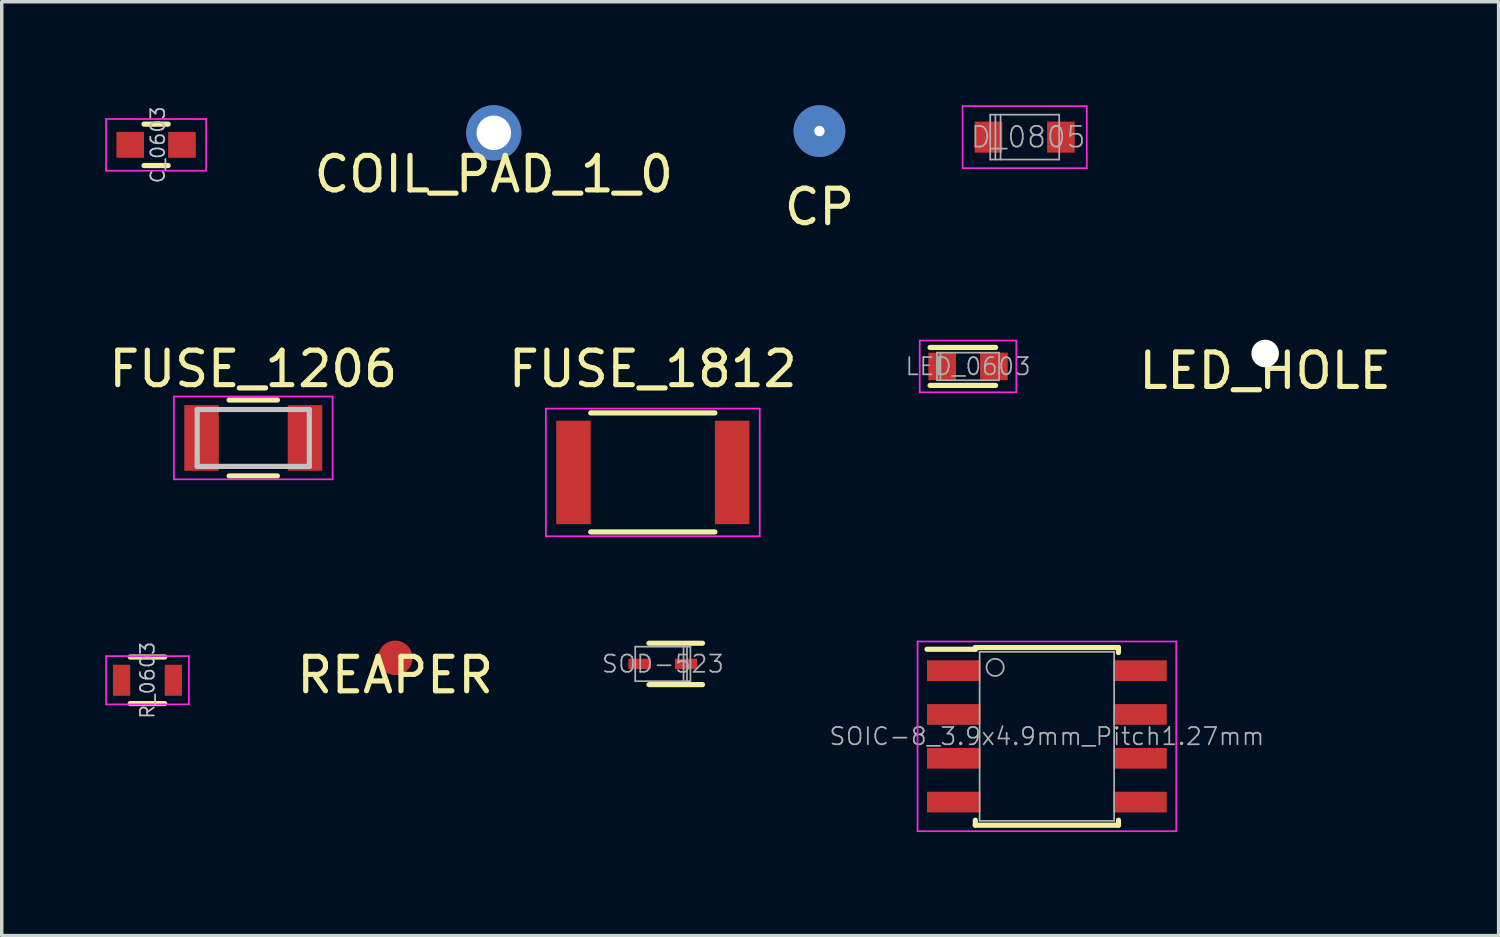
<source format=kicad_pcb>
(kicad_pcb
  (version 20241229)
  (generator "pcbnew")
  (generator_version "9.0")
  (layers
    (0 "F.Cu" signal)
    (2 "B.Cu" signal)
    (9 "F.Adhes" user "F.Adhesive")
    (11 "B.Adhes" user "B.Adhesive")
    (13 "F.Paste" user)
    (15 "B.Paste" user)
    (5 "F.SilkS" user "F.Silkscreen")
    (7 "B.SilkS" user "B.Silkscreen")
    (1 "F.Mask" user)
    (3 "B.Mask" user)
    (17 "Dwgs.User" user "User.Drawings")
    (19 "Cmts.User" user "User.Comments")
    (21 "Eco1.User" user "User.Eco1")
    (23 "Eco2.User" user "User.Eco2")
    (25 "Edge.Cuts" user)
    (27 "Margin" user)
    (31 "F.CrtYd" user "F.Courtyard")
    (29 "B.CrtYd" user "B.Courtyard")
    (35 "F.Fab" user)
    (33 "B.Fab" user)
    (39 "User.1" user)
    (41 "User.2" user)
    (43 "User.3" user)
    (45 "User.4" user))
  (footprint "REAPER"
    (layer "F.Cu")
    (at 8.408 16.021)
    (property "Reference" "REAPER" (at 0 0.5 0) (layer "F.SilkS") (effects (font (size 1 1) (thickness 0.15))))
    (attr through_hole)
    (pad "1" smd circle (at 0 0) (size 1 1) (layers "F.Cu" "F.Mask")))
  (footprint "LED_0603"
    (layer "F.Cu")
    (at 25.013 7.573)
    (property "Reference" "LED_0603" (at 0 0 0) (layer "F.Fab") (effects (font (size 0.5 0.5) (thickness 0.05))))
    (attr smd)
    (fp_line (start -1.1 -0.55) (end 0.8 -0.55) (stroke (width 0.15) (type solid)) (layer "F.SilkS"))
    (fp_line (start -1.1 0.55) (end 0.8 0.55) (stroke (width 0.15) (type solid)) (layer "F.SilkS"))
    (fp_line (start -1.4 -0.75) (end 1.4 -0.75) (stroke (width 0.05) (type solid)) (layer "F.CrtYd"))
    (fp_line (start -1.4 0.75) (end -1.4 -0.75) (stroke (width 0.05) (type solid)) (layer "F.CrtYd"))
    (fp_line (start 1.4 -0.75) (end 1.4 0.75) (stroke (width 0.05) (type solid)) (layer "F.CrtYd"))
    (fp_line (start 1.4 0.75) (end -1.4 0.75) (stroke (width 0.05) (type solid)) (layer "F.CrtYd"))
    (fp_line (start -0.9 -0.4) (end -0.9 0.4) (stroke (width 0.05) (type solid)) (layer "F.Fab"))
    (fp_line (start -0.9 -0.4) (end 0.9 -0.4) (stroke (width 0.05) (type solid)) (layer "F.Fab"))
    (fp_line (start -0.8 0.4) (end -0.8 -0.4) (stroke (width 0.05) (type solid)) (layer "F.Fab"))
    (fp_line (start 0.9 -0.4) (end 0.9 0.4) (stroke (width 0.05) (type solid)) (layer "F.Fab"))
    (fp_line (start 0.9 0.4) (end -0.9 0.4) (stroke (width 0.05) (type solid)) (layer "F.Fab"))
    (pad "1" smd rect (at -0.75 0 180) (size 0.8 0.8) (layers "F.Cu" "F.Mask" "F.Paste"))
    (pad "2" smd rect (at 0.75 0 180) (size 0.8 0.8) (layers "F.Cu" "F.Mask" "F.Paste")))
  (footprint "CP"
    (layer "F.Cu")
    (at 20.706 0.75)
    (property "Reference" "CP" (at 0 2.2 0) (layer "F.SilkS") (effects (font (size 1 1) (thickness 0.15))))
    (attr through_hole)
    (pad "1" connect circle (at 0 0) (size 0.9 0.9) (layers "F.Mask" "B.Cu"))
    (pad "1" thru_hole circle (at 0 0) (size 1.5 1.5) (drill 0.3) (layers "F.Cu" "F.Mask")))
  (footprint "FUSE_1812"
    (layer "F.Cu")
    (at 15.875 10.646)
    (property "Reference" "FUSE_1812" (at 0 -3 0) (layer "F.SilkS") (effects (font (size 1 1) (thickness 0.15))))
    (attr smd)
    (fp_line (start -1.8 1.725) (end 1.8 1.725) (stroke (width 0.15) (type solid)) (layer "F.SilkS"))
    (fp_line (start 1.8 -1.725) (end -1.8 -1.725) (stroke (width 0.15) (type solid)) (layer "F.SilkS"))
    (fp_line (start -3.1 -1.85) (end -3.1 1.85) (stroke (width 0.05) (type solid)) (layer "F.CrtYd"))
    (fp_line (start -3.1 -1.85) (end 3.1 -1.85) (stroke (width 0.05) (type solid)) (layer "F.CrtYd"))
    (fp_line (start -3.1 1.85) (end 3.1 1.85) (stroke (width 0.05) (type solid)) (layer "F.CrtYd"))
    (fp_line (start 3.1 -1.85) (end 3.1 1.85) (stroke (width 0.05) (type solid)) (layer "F.CrtYd"))
    (pad "1" smd rect (at -2.3 0) (size 1 3) (layers "F.Cu" "F.Mask" "F.Paste"))
    (pad "2" smd rect (at 2.3 0) (size 1 3) (layers "F.Cu" "F.Mask" "F.Paste")))
  (footprint "FUSE_1206"
    (layer "F.Cu")
    (at 4.292 9.646)
    (property "Reference" "FUSE_1206" (at 0 -2 0) (layer "F.SilkS") (effects (font (size 1 1) (thickness 0.15))))
    (attr smd)
    (fp_line (start -0.7 1.1) (end 0.7 1.1) (stroke (width 0.15) (type solid)) (layer "F.SilkS"))
    (fp_line (start 0.7 -1.1) (end -0.7 -1.1) (stroke (width 0.15) (type solid)) (layer "F.SilkS"))
    (fp_line (start -1.625 -0.825) (end -1.625 0.825) (stroke (width 0.15) (type solid)) (layer "Dwgs.User"))
    (fp_line (start -1.625 -0.825) (end 1.625 -0.825) (stroke (width 0.15) (type solid)) (layer "Dwgs.User"))
    (fp_line (start -1.625 0.825) (end 1.625 0.825) (stroke (width 0.15) (type solid)) (layer "Dwgs.User"))
    (fp_line (start 1.625 -0.825) (end 1.625 0.825) (stroke (width 0.15) (type solid)) (layer "Dwgs.User"))
    (fp_line (start -2.3 -1.2) (end -2.3 1.2) (stroke (width 0.05) (type solid)) (layer "F.CrtYd"))
    (fp_line (start -2.3 -1.2) (end 2.3 -1.2) (stroke (width 0.05) (type solid)) (layer "F.CrtYd"))
    (fp_line (start -2.3 1.2) (end 2.3 1.2) (stroke (width 0.05) (type solid)) (layer "F.CrtYd"))
    (fp_line (start 2.3 -1.2) (end 2.3 1.2) (stroke (width 0.05) (type solid)) (layer "F.CrtYd"))
    (pad "1" smd rect (at -1.5 0) (size 1 1.9) (layers "F.Cu" "F.Mask" "F.Paste"))
    (pad "2" smd rect (at 1.5 0) (size 1 1.9) (layers "F.Cu" "F.Mask" "F.Paste")))
  (footprint "SOD-523"
    (layer "F.Cu")
    (at 16.165 16.197)
    (property "Reference" "SOD-523" (at 0 0 180) (layer "F.Fab") (effects (font (size 0.5 0.5) (thickness 0.05))))
    (attr smd)
    (fp_line (start -0.4 -0.6) (end 1.15 -0.6) (stroke (width 0.15) (type solid)) (layer "F.SilkS"))
    (fp_line (start -0.4 0.6) (end 1.15 0.6) (stroke (width 0.15) (type solid)) (layer "F.SilkS"))
    (fp_line (start -0.8 -0.5) (end 0.8 -0.5) (stroke (width 0.05) (type solid)) (layer "F.Fab"))
    (fp_line (start -0.8 0.5) (end -0.8 -0.5) (stroke (width 0.05) (type solid)) (layer "F.Fab"))
    (fp_line (start 0.6 -0.5) (end 0.6 0.5) (stroke (width 0.05) (type solid)) (layer "F.Fab"))
    (fp_line (start 0.7 -0.5) (end 0.7 0.5) (stroke (width 0.05) (type solid)) (layer "F.Fab"))
    (fp_line (start 0.8 -0.5) (end 0.8 0.5) (stroke (width 0.05) (type solid)) (layer "F.Fab"))
    (fp_line (start 0.8 0.5) (end -0.8 0.5) (stroke (width 0.05) (type solid)) (layer "F.Fab"))
    (pad "1" smd rect (at 0.675 0) (size 0.65 0.3) (layers "F.Cu" "F.Mask" "F.Paste"))
    (pad "2" smd rect (at -0.675 0) (size 0.65 0.3) (layers "F.Cu" "F.Mask" "F.Paste")))
  (footprint "C_0603"
    (layer "F.Cu")
    (at 1.475 1.149)
    (property "Reference" "C_0603" (at 0.05 0 90) (layer "Dwgs.User") (effects (font (size 0.4 0.4) (thickness 0.05))))
    (attr smd)
    (fp_line (start -0.35 -0.6) (end 0.35 -0.6) (stroke (width 0.15) (type solid)) (layer "F.SilkS"))
    (fp_line (start 0.35 0.6) (end -0.35 0.6) (stroke (width 0.15) (type solid)) (layer "F.SilkS"))
    (fp_line (start -1.45 -0.75) (end -1.45 0.75) (stroke (width 0.05) (type solid)) (layer "F.CrtYd"))
    (fp_line (start -1.45 -0.75) (end 1.45 -0.75) (stroke (width 0.05) (type solid)) (layer "F.CrtYd"))
    (fp_line (start -1.45 0.75) (end 1.45 0.75) (stroke (width 0.05) (type solid)) (layer "F.CrtYd"))
    (fp_line (start 1.45 -0.75) (end 1.45 0.75) (stroke (width 0.05) (type solid)) (layer "F.CrtYd"))
    (pad "1" smd rect (at -0.75 0) (size 0.8 0.75) (layers "F.Cu" "F.Mask" "F.Paste"))
    (pad "2" smd rect (at 0.75 0) (size 0.8 0.75) (layers "F.Cu" "F.Mask" "F.Paste")))
  (footprint "LED_HOLE"
    (layer "F.Cu")
    (at 33.627 7.198)
    (property "Reference" "LED_HOLE" (at 0 0.5 0) (layer "F.SilkS") (effects (font (size 1 1) (thickness 0.15))))
    (attr through_hole)
    (pad "" np_thru_hole circle (at 0 0) (size 0.8 0.8) (drill 0.8) (layers "*.Cu" "*.Mask")))
  (footprint "D_0805"
    (layer "F.Cu")
    (at 26.656 0.925)
    (property "Reference" "D_0805" (at 0.1 0 0) (layer "F.Fab") (effects (font (size 0.6 0.6) (thickness 0.05))))
    (attr smd)
    (fp_line (start -1.8 -0.9) (end 1.8 -0.9) (stroke (width 0.05) (type solid)) (layer "F.CrtYd"))
    (fp_line (start -1.8 0.9) (end -1.8 -0.9) (stroke (width 0.05) (type solid)) (layer "F.CrtYd"))
    (fp_line (start 1.8 -0.9) (end 1.8 0.9) (stroke (width 0.05) (type solid)) (layer "F.CrtYd"))
    (fp_line (start 1.8 0.9) (end -1.8 0.9) (stroke (width 0.05) (type solid)) (layer "F.CrtYd"))
    (fp_line (start -1 -0.65) (end 1 -0.65) (stroke (width 0.05) (type solid)) (layer "F.Fab"))
    (fp_line (start -1 0.65) (end -1 -0.65) (stroke (width 0.05) (type solid)) (layer "F.Fab"))
    (fp_line (start -0.85 -0.65) (end -0.85 0.65) (stroke (width 0.05) (type solid)) (layer "F.Fab"))
    (fp_line (start -0.7 -0.65) (end -0.7 0.65) (stroke (width 0.05) (type solid)) (layer "F.Fab"))
    (fp_line (start 1 -0.65) (end 1 0.65) (stroke (width 0.05) (type solid)) (layer "F.Fab"))
    (fp_line (start 1 0.65) (end -1 0.65) (stroke (width 0.05) (type solid)) (layer "F.Fab"))
    (pad "1" smd rect (at -1.05 0) (size 0.8 0.9) (layers "F.Cu" "F.Mask" "F.Paste"))
    (pad "2" smd rect (at 1.05 0) (size 0.8 0.9) (layers "F.Cu" "F.Mask" "F.Paste")))
  (footprint "R_0603"
    (layer "F.Cu")
    (at 1.225 16.671)
    (property "Reference" "R_0603" (at 0 0 90) (layer "Dwgs.User") (effects (font (size 0.4 0.4) (thickness 0.05))))
    (attr smd)
    (fp_line (start -0.5 -0.675) (end 0.5 -0.675) (stroke (width 0.15) (type solid)) (layer "F.SilkS"))
    (fp_line (start 0.5 0.675) (end -0.5 0.675) (stroke (width 0.15) (type solid)) (layer "F.SilkS"))
    (fp_line (start -1.2 -0.7) (end -1.2 0.7) (stroke (width 0.05) (type solid)) (layer "F.CrtYd"))
    (fp_line (start -1.2 -0.7) (end 1.2 -0.7) (stroke (width 0.05) (type solid)) (layer "F.CrtYd"))
    (fp_line (start -1.2 0.7) (end 1.2 0.7) (stroke (width 0.05) (type solid)) (layer "F.CrtYd"))
    (fp_line (start 1.2 -0.7) (end 1.2 0.7) (stroke (width 0.05) (type solid)) (layer "F.CrtYd"))
    (pad "1" smd rect (at -0.75 0) (size 0.5 0.9) (layers "F.Cu" "F.Mask" "F.Paste"))
    (pad "2" smd rect (at 0.75 0) (size 0.5 0.9) (layers "F.Cu" "F.Mask" "F.Paste")))
  (footprint "SOIC-8_3.9x4.9mm_Pitch1.27mm"
    (layer "F.Cu")
    (at 27.299 18.297)
    (property "Reference" "SOIC-8_3.9x4.9mm_Pitch1.27mm" (at 0 0 0) (layer "F.Fab") (effects (font (size 0.5 0.5) (thickness 0.05))))
    (attr smd)
    (fp_line (start -2.075 -2.575) (end -2.075 -2.525) (stroke (width 0.15) (type solid)) (layer "F.SilkS"))
    (fp_line (start -2.075 -2.575) (end 2.075 -2.575) (stroke (width 0.15) (type solid)) (layer "F.SilkS"))
    (fp_line (start -2.075 -2.525) (end -3.475 -2.525) (stroke (width 0.15) (type solid)) (layer "F.SilkS"))
    (fp_line (start -2.075 2.575) (end -2.075 2.43) (stroke (width 0.15) (type solid)) (layer "F.SilkS"))
    (fp_line (start -2.075 2.575) (end 2.075 2.575) (stroke (width 0.15) (type solid)) (layer "F.SilkS"))
    (fp_line (start 2.075 -2.575) (end 2.075 -2.43) (stroke (width 0.15) (type solid)) (layer "F.SilkS"))
    (fp_line (start 2.075 2.575) (end 2.075 2.43) (stroke (width 0.15) (type solid)) (layer "F.SilkS"))
    (fp_line (start -3.75 -2.75) (end -3.75 2.75) (stroke (width 0.05) (type solid)) (layer "F.CrtYd"))
    (fp_line (start -3.75 -2.75) (end 3.75 -2.75) (stroke (width 0.05) (type solid)) (layer "F.CrtYd"))
    (fp_line (start -3.75 2.75) (end 3.75 2.75) (stroke (width 0.05) (type solid)) (layer "F.CrtYd"))
    (fp_line (start 3.75 -2.75) (end 3.75 2.75) (stroke (width 0.05) (type solid)) (layer "F.CrtYd"))
    (fp_line (start -1.95 -2.45) (end -1.95 2.45) (stroke (width 0.05) (type solid)) (layer "F.Fab"))
    (fp_line (start -1.95 2.45) (end 1.95 2.45) (stroke (width 0.05) (type solid)) (layer "F.Fab"))
    (fp_line (start 1.95 -2.45) (end -1.95 -2.45) (stroke (width 0.05) (type solid)) (layer "F.Fab"))
    (fp_line (start 1.95 2.45) (end 1.95 -2.45) (stroke (width 0.05) (type solid)) (layer "F.Fab"))
    (fp_circle (center -1.5 -2) (end -1.75 -2) (stroke (width 0.05) (type solid)) (fill no) (layer "F.Fab"))
    (pad "1" smd rect (at -2.7 -1.905) (size 1.55 0.6) (layers "F.Cu" "F.Mask" "F.Paste"))
    (pad "2" smd rect (at -2.7 -0.635) (size 1.55 0.6) (layers "F.Cu" "F.Mask" "F.Paste"))
    (pad "3" smd rect (at -2.7 0.635) (size 1.55 0.6) (layers "F.Cu" "F.Mask" "F.Paste"))
    (pad "4" smd rect (at -2.7 1.905) (size 1.55 0.6) (layers "F.Cu" "F.Mask" "F.Paste"))
    (pad "5" smd rect (at 2.7 1.905) (size 1.55 0.6) (layers "F.Cu" "F.Mask" "F.Paste"))
    (pad "6" smd rect (at 2.7 0.635) (size 1.55 0.6) (layers "F.Cu" "F.Mask" "F.Paste"))
    (pad "7" smd rect (at 2.7 -0.635) (size 1.55 0.6) (layers "F.Cu" "F.Mask" "F.Paste"))
    (pad "8" smd rect (at 2.7 -1.905) (size 1.55 0.6) (layers "F.Cu" "F.Mask" "F.Paste")))
  (footprint "COIL_PAD_1_0"
    (layer "F.Cu")
    (at 11.265 0.8)
    (property "Reference" "COIL_PAD_1_0" (at 0 1.2 0) (layer "F.SilkS") (effects (font (size 1 1) (thickness 0.15))))
    (attr through_hole)
    (pad "1" thru_hole circle (at 0 0) (size 1.6 1.6) (drill 1) (layers "*.Cu" "*.Mask")))
  (gr_rect
    (start -3 -3)
    (end 40.395 24.072)
    (stroke (width 0.1) (type default))
    (fill no)
    (layer "Edge.Cuts")))
</source>
